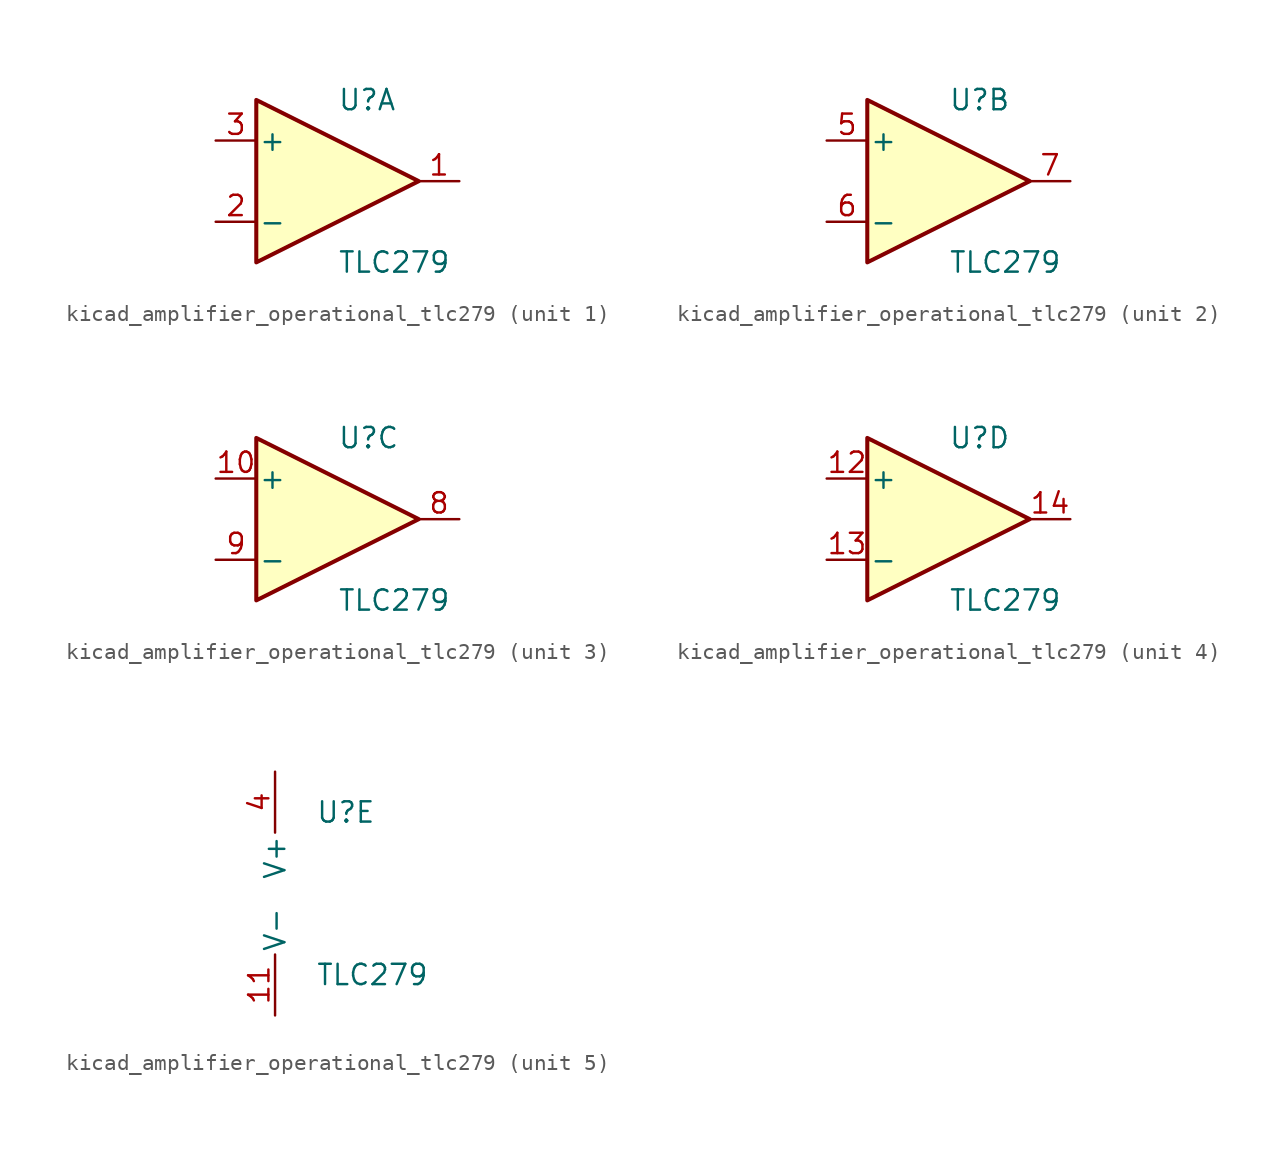
<source format=kicad_sym>
(kicad_symbol_lib
  (version 20220914)
  (generator kicad_symbol_editor)
  (symbol "kicad_amplifier_operational_tlc279"
    (pin_names
      (offset 0.127))
    (property "Reference" "U"
      (at 0 5.08 0)
      (effects (font (size 1.27 1.27)) (justify left)))
    (property "Value" "TLC279"
      (at 0 -5.08 0)
      (effects (font (size 1.27 1.27)) (justify left)))
    (property "ki_locked" ""
      (at 0 0 0)
      (effects (font (size 1.27 1.27))))
    (symbol "kicad_amplifier_operational_tlc279_1_1"
      (polyline (pts (xy -5.08 5.08) (xy 5.08 0) (xy -5.08 -5.08) (xy -5.08 5.08)) (stroke (width 0.254) (type default)) (fill (type background)))
      (pin output line (at 7.62 0 180) (length 2.54) (name "~" (effects (font (size 1.27 1.27)))) (number "1" (effects (font (size 1.27 1.27)))))
      (pin input line (at -7.62 -2.54 0) (length 2.54) (name "-" (effects (font (size 1.27 1.27)))) (number "2" (effects (font (size 1.27 1.27)))))
      (pin input line (at -7.62 2.54 0) (length 2.54) (name "+" (effects (font (size 1.27 1.27)))) (number "3" (effects (font (size 1.27 1.27))))))
    (symbol "kicad_amplifier_operational_tlc279_2_1"
      (polyline (pts (xy -5.08 5.08) (xy 5.08 0) (xy -5.08 -5.08) (xy -5.08 5.08)) (stroke (width 0.254) (type default)) (fill (type background)))
      (pin input line (at -7.62 2.54 0) (length 2.54) (name "+" (effects (font (size 1.27 1.27)))) (number "5" (effects (font (size 1.27 1.27)))))
      (pin input line (at -7.62 -2.54 0) (length 2.54) (name "-" (effects (font (size 1.27 1.27)))) (number "6" (effects (font (size 1.27 1.27)))))
      (pin output line (at 7.62 0 180) (length 2.54) (name "~" (effects (font (size 1.27 1.27)))) (number "7" (effects (font (size 1.27 1.27))))))
    (symbol "kicad_amplifier_operational_tlc279_3_1"
      (polyline (pts (xy -5.08 5.08) (xy 5.08 0) (xy -5.08 -5.08) (xy -5.08 5.08)) (stroke (width 0.254) (type default)) (fill (type background)))
      (pin input line (at -7.62 2.54 0) (length 2.54) (name "+" (effects (font (size 1.27 1.27)))) (number "10" (effects (font (size 1.27 1.27)))))
      (pin output line (at 7.62 0 180) (length 2.54) (name "~" (effects (font (size 1.27 1.27)))) (number "8" (effects (font (size 1.27 1.27)))))
      (pin input line (at -7.62 -2.54 0) (length 2.54) (name "-" (effects (font (size 1.27 1.27)))) (number "9" (effects (font (size 1.27 1.27))))))
    (symbol "kicad_amplifier_operational_tlc279_4_1"
      (polyline (pts (xy -5.08 5.08) (xy 5.08 0) (xy -5.08 -5.08) (xy -5.08 5.08)) (stroke (width 0.254) (type default)) (fill (type background)))
      (pin input line (at -7.62 2.54 0) (length 2.54) (name "+" (effects (font (size 1.27 1.27)))) (number "12" (effects (font (size 1.27 1.27)))))
      (pin input line (at -7.62 -2.54 0) (length 2.54) (name "-" (effects (font (size 1.27 1.27)))) (number "13" (effects (font (size 1.27 1.27)))))
      (pin output line (at 7.62 0 180) (length 2.54) (name "~" (effects (font (size 1.27 1.27)))) (number "14" (effects (font (size 1.27 1.27))))))
    (symbol "kicad_amplifier_operational_tlc279_5_1"
      (pin power_in line (at -2.54 -7.62 90) (length 3.81) (name "V-" (effects (font (size 1.27 1.27)))) (number "11" (effects (font (size 1.27 1.27)))))
      (pin power_in line (at -2.54 7.62 270) (length 3.81) (name "V+" (effects (font (size 1.27 1.27)))) (number "4" (effects (font (size 1.27 1.27))))))))
</source>
